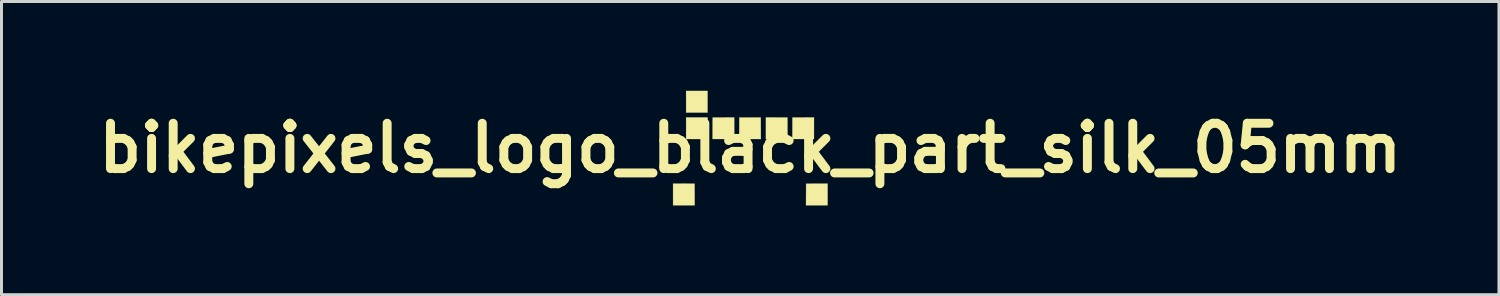
<source format=kicad_pcb>
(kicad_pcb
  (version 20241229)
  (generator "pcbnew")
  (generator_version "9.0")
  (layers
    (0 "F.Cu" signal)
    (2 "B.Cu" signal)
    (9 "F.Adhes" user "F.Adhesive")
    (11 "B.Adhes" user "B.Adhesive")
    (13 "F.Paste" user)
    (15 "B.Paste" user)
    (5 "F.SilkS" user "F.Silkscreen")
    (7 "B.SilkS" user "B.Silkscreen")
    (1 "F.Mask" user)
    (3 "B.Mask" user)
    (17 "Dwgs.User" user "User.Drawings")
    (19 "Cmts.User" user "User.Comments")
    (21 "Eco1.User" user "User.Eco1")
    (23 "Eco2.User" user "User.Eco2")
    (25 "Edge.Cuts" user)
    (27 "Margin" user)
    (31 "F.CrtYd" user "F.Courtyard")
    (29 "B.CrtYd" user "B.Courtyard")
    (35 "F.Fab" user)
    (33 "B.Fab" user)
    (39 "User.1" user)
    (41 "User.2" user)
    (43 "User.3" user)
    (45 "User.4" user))
  (footprint "bikepixels_logo_black_part_silk_05mm"
    (layer "F.Cu")
    (at 22.142 1.923)
    (property "Reference" "bikepixels_logo_black_part_silk_05mm" (at 0 0 0) (layer "F.SilkS") (effects (font (size 1.524 1.524) (thickness 0.3))))
    (attr through_hole)
    (fp_poly (pts (xy -1.435 -1.194) (xy -2.153 -1.194) (xy -2.153 -1.918) (xy -1.435 -1.918) (xy -1.435 -1.194)) (stroke (width 0.01) (type solid)) (fill yes) (layer "F.SilkS"))
    (fp_poly (pts (xy -1.435 -0.305) (xy -2.153 -0.305) (xy -2.153 -1.029) (xy -1.435 -1.029) (xy -1.435 -0.305)) (stroke (width 0.01) (type solid)) (fill yes) (layer "F.SilkS"))
    (fp_poly (pts (xy -2.23 1.195) (xy -1.87 1.197) (xy -1.868 1.557) (xy -1.867 1.918) (xy -2.591 1.918) (xy -2.591 1.194) (xy -2.23 1.195)) (stroke (width 0.01) (type solid)) (fill yes) (layer "F.SilkS"))
    (fp_poly (pts (xy -0.54 -0.305) (xy -1.264 -0.305) (xy -1.262 -0.665) (xy -1.26 -1.026) (xy -0.9 -1.027) (xy -0.54 -1.029) (xy -0.54 -0.305)) (stroke (width 0.01) (type solid)) (fill yes) (layer "F.SilkS"))
    (fp_poly (pts (xy 0.354 -0.665) (xy 0.356 -0.305) (xy -0.368 -0.305) (xy -0.367 -0.665) (xy -0.365 -1.026) (xy 0.352 -1.026) (xy 0.354 -0.665)) (stroke (width 0.01) (type solid)) (fill yes) (layer "F.SilkS"))
    (fp_poly (pts (xy 0.887 -1.027) (xy 1.248 -1.026) (xy 1.249 -0.665) (xy 1.251 -0.305) (xy 0.527 -0.305) (xy 0.527 -1.029) (xy 0.887 -1.027)) (stroke (width 0.01) (type solid)) (fill yes) (layer "F.SilkS"))
    (fp_poly (pts (xy 2.14 -0.305) (xy 1.416 -0.305) (xy 1.418 -0.665) (xy 1.419 -1.026) (xy 1.78 -1.027) (xy 2.14 -1.029) (xy 2.14 -0.305)) (stroke (width 0.01) (type solid)) (fill yes) (layer "F.SilkS"))
    (fp_poly (pts (xy 2.597 1.918) (xy 1.873 1.918) (xy 1.875 1.557) (xy 1.876 1.197) (xy 2.237 1.195) (xy 2.597 1.194) (xy 2.597 1.918)) (stroke (width 0.01) (type solid)) (fill yes) (layer "F.SilkS")))
  (gr_rect
    (start -3 -3)
    (end 47.283 6.845)
    (stroke (width 0.1) (type default))
    (fill no)
    (layer "Edge.Cuts")))
</source>
